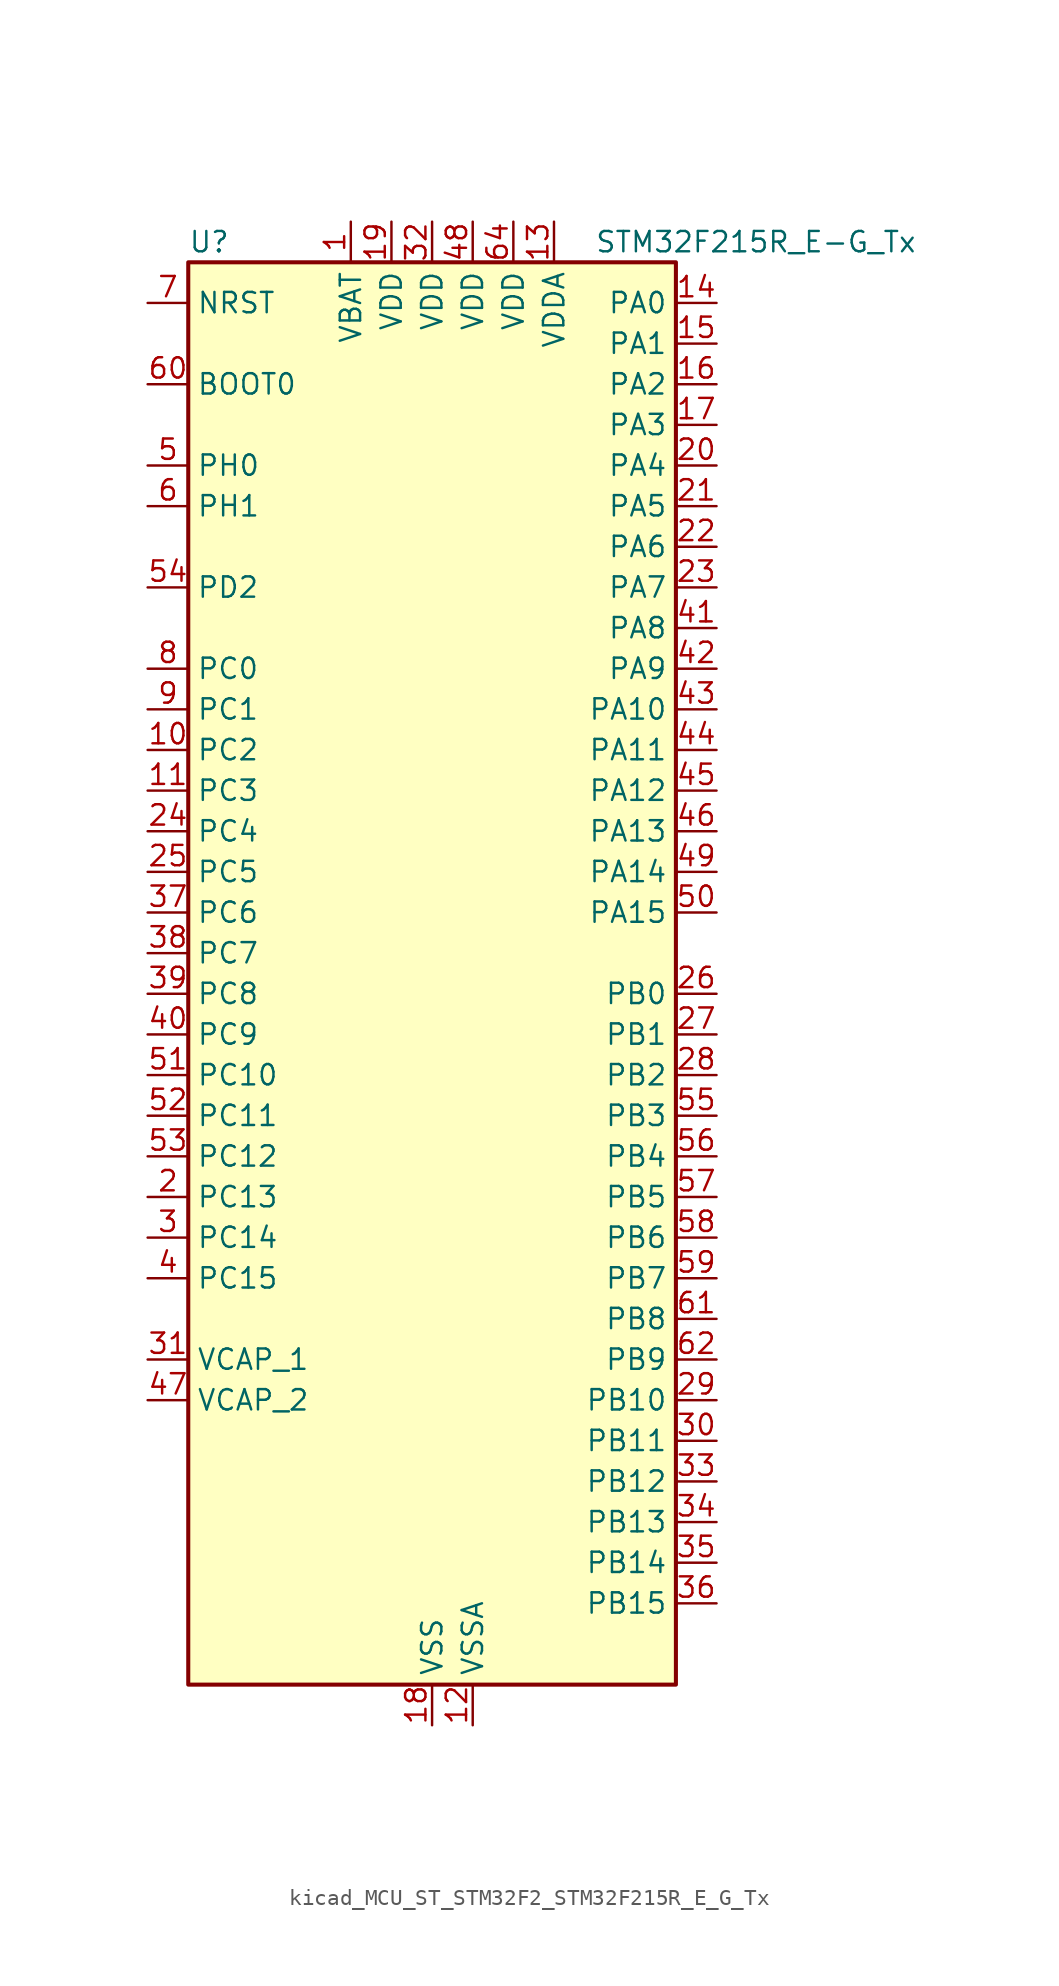
<source format=kicad_sym>
(kicad_symbol_lib
  (version 20220914)
  (generator kicad_symbol_editor)
  (symbol "kicad_MCU_ST_STM32F2_STM32F215R_E_G_Tx"
    (property "Reference" "U"
      (at -15.24 46.99 0)
      (effects (font (size 1.27 1.27)) (justify left)))
    (property "Value" "STM32F215R_E-G_Tx"
      (at 10.16 46.99 0)
      (effects (font (size 1.27 1.27)) (justify left)))
    (property "ki_locked" ""
      (at 0 0 0)
      (effects (font (size 1.27 1.27))))
    (symbol "kicad_MCU_ST_STM32F2_STM32F215R_E_G_Tx_0_1"
      (rectangle (start -15.24 -43.18) (end 15.24 45.72) (stroke (width 0.254) (type default)) (fill (type background))))
    (symbol "kicad_MCU_ST_STM32F2_STM32F215R_E_G_Tx_1_1"
      (pin power_in line (at -5.08 48.26 270) (length 2.54) (name "VBAT" (effects (font (size 1.27 1.27)))) (number "1" (effects (font (size 1.27 1.27)))))
      (pin bidirectional line (at -17.78 15.24 0) (length 2.54) (name "PC2" (effects (font (size 1.27 1.27)))) (number "10" (effects (font (size 1.27 1.27)))) (alternate "ADC1_IN12" bidirectional line) (alternate "ADC2_IN12" bidirectional line) (alternate "ADC3_IN12" bidirectional line) (alternate "SPI2_MISO" bidirectional line) (alternate "USB_OTG_HS_ULPI_DIR" bidirectional line))
      (pin bidirectional line (at -17.78 12.7 0) (length 2.54) (name "PC3" (effects (font (size 1.27 1.27)))) (number "11" (effects (font (size 1.27 1.27)))) (alternate "ADC1_IN13" bidirectional line) (alternate "ADC2_IN13" bidirectional line) (alternate "ADC3_IN13" bidirectional line) (alternate "I2S2_SD" bidirectional line) (alternate "SPI2_MOSI" bidirectional line) (alternate "USB_OTG_HS_ULPI_NXT" bidirectional line))
      (pin power_in line (at 2.54 -45.72 90) (length 2.54) (name "VSSA" (effects (font (size 1.27 1.27)))) (number "12" (effects (font (size 1.27 1.27)))))
      (pin power_in line (at 7.62 48.26 270) (length 2.54) (name "VDDA" (effects (font (size 1.27 1.27)))) (number "13" (effects (font (size 1.27 1.27)))))
      (pin bidirectional line (at 17.78 43.18 180) (length 2.54) (name "PA0" (effects (font (size 1.27 1.27)))) (number "14" (effects (font (size 1.27 1.27)))) (alternate "ADC1_IN0" bidirectional line) (alternate "ADC2_IN0" bidirectional line) (alternate "ADC3_IN0" bidirectional line) (alternate "SYS_WKUP" bidirectional line) (alternate "TIM2_CH1" bidirectional line) (alternate "TIM2_ETR" bidirectional line) (alternate "TIM5_CH1" bidirectional line) (alternate "TIM8_ETR" bidirectional line) (alternate "UART4_TX" bidirectional line) (alternate "USART2_CTS" bidirectional line))
      (pin bidirectional line (at 17.78 40.64 180) (length 2.54) (name "PA1" (effects (font (size 1.27 1.27)))) (number "15" (effects (font (size 1.27 1.27)))) (alternate "ADC1_IN1" bidirectional line) (alternate "ADC2_IN1" bidirectional line) (alternate "ADC3_IN1" bidirectional line) (alternate "TIM2_CH2" bidirectional line) (alternate "TIM5_CH2" bidirectional line) (alternate "UART4_RX" bidirectional line) (alternate "USART2_RTS" bidirectional line))
      (pin bidirectional line (at 17.78 38.1 180) (length 2.54) (name "PA2" (effects (font (size 1.27 1.27)))) (number "16" (effects (font (size 1.27 1.27)))) (alternate "ADC1_IN2" bidirectional line) (alternate "ADC2_IN2" bidirectional line) (alternate "ADC3_IN2" bidirectional line) (alternate "TIM2_CH3" bidirectional line) (alternate "TIM5_CH3" bidirectional line) (alternate "TIM9_CH1" bidirectional line) (alternate "USART2_TX" bidirectional line))
      (pin bidirectional line (at 17.78 35.56 180) (length 2.54) (name "PA3" (effects (font (size 1.27 1.27)))) (number "17" (effects (font (size 1.27 1.27)))) (alternate "ADC1_IN3" bidirectional line) (alternate "ADC2_IN3" bidirectional line) (alternate "ADC3_IN3" bidirectional line) (alternate "TIM2_CH4" bidirectional line) (alternate "TIM5_CH4" bidirectional line) (alternate "TIM9_CH2" bidirectional line) (alternate "USART2_RX" bidirectional line) (alternate "USB_OTG_HS_ULPI_D0" bidirectional line))
      (pin power_in line (at 0 -45.72 90) (length 2.54) (name "VSS" (effects (font (size 1.27 1.27)))) (number "18" (effects (font (size 1.27 1.27)))))
      (pin power_in line (at -2.54 48.26 270) (length 2.54) (name "VDD" (effects (font (size 1.27 1.27)))) (number "19" (effects (font (size 1.27 1.27)))))
      (pin bidirectional line (at -17.78 -12.7 0) (length 2.54) (name "PC13" (effects (font (size 1.27 1.27)))) (number "2" (effects (font (size 1.27 1.27)))) (alternate "RTC_AF1" bidirectional line))
      (pin bidirectional line (at 17.78 33.02 180) (length 2.54) (name "PA4" (effects (font (size 1.27 1.27)))) (number "20" (effects (font (size 1.27 1.27)))) (alternate "ADC1_IN4" bidirectional line) (alternate "ADC2_IN4" bidirectional line) (alternate "DAC_OUT1" bidirectional line) (alternate "I2S3_WS" bidirectional line) (alternate "SPI1_NSS" bidirectional line) (alternate "SPI3_NSS" bidirectional line) (alternate "USART2_CK" bidirectional line) (alternate "USB_OTG_HS_SOF" bidirectional line))
      (pin bidirectional line (at 17.78 30.48 180) (length 2.54) (name "PA5" (effects (font (size 1.27 1.27)))) (number "21" (effects (font (size 1.27 1.27)))) (alternate "ADC1_IN5" bidirectional line) (alternate "ADC2_IN5" bidirectional line) (alternate "DAC_OUT2" bidirectional line) (alternate "SPI1_SCK" bidirectional line) (alternate "TIM2_CH1" bidirectional line) (alternate "TIM2_ETR" bidirectional line) (alternate "TIM8_CH1N" bidirectional line) (alternate "USB_OTG_HS_ULPI_CK" bidirectional line))
      (pin bidirectional line (at 17.78 27.94 180) (length 2.54) (name "PA6" (effects (font (size 1.27 1.27)))) (number "22" (effects (font (size 1.27 1.27)))) (alternate "ADC1_IN6" bidirectional line) (alternate "ADC2_IN6" bidirectional line) (alternate "SPI1_MISO" bidirectional line) (alternate "TIM13_CH1" bidirectional line) (alternate "TIM1_BKIN" bidirectional line) (alternate "TIM3_CH1" bidirectional line) (alternate "TIM8_BKIN" bidirectional line))
      (pin bidirectional line (at 17.78 25.4 180) (length 2.54) (name "PA7" (effects (font (size 1.27 1.27)))) (number "23" (effects (font (size 1.27 1.27)))) (alternate "ADC1_IN7" bidirectional line) (alternate "ADC2_IN7" bidirectional line) (alternate "SPI1_MOSI" bidirectional line) (alternate "TIM14_CH1" bidirectional line) (alternate "TIM1_CH1N" bidirectional line) (alternate "TIM3_CH2" bidirectional line) (alternate "TIM8_CH1N" bidirectional line))
      (pin bidirectional line (at -17.78 10.16 0) (length 2.54) (name "PC4" (effects (font (size 1.27 1.27)))) (number "24" (effects (font (size 1.27 1.27)))) (alternate "ADC1_IN14" bidirectional line) (alternate "ADC2_IN14" bidirectional line))
      (pin bidirectional line (at -17.78 7.62 0) (length 2.54) (name "PC5" (effects (font (size 1.27 1.27)))) (number "25" (effects (font (size 1.27 1.27)))) (alternate "ADC1_IN15" bidirectional line) (alternate "ADC2_IN15" bidirectional line))
      (pin bidirectional line (at 17.78 0 180) (length 2.54) (name "PB0" (effects (font (size 1.27 1.27)))) (number "26" (effects (font (size 1.27 1.27)))) (alternate "ADC1_IN8" bidirectional line) (alternate "ADC2_IN8" bidirectional line) (alternate "TIM1_CH2N" bidirectional line) (alternate "TIM3_CH3" bidirectional line) (alternate "TIM8_CH2N" bidirectional line) (alternate "USB_OTG_HS_ULPI_D1" bidirectional line))
      (pin bidirectional line (at 17.78 -2.54 180) (length 2.54) (name "PB1" (effects (font (size 1.27 1.27)))) (number "27" (effects (font (size 1.27 1.27)))) (alternate "ADC1_IN9" bidirectional line) (alternate "ADC2_IN9" bidirectional line) (alternate "TIM1_CH3N" bidirectional line) (alternate "TIM3_CH4" bidirectional line) (alternate "TIM8_CH3N" bidirectional line) (alternate "USB_OTG_HS_ULPI_D2" bidirectional line))
      (pin bidirectional line (at 17.78 -5.08 180) (length 2.54) (name "PB2" (effects (font (size 1.27 1.27)))) (number "28" (effects (font (size 1.27 1.27)))))
      (pin bidirectional line (at 17.78 -25.4 180) (length 2.54) (name "PB10" (effects (font (size 1.27 1.27)))) (number "29" (effects (font (size 1.27 1.27)))) (alternate "I2C2_SCL" bidirectional line) (alternate "I2S2_SCK" bidirectional line) (alternate "SPI2_SCK" bidirectional line) (alternate "TIM2_CH3" bidirectional line) (alternate "USART3_TX" bidirectional line) (alternate "USB_OTG_HS_ULPI_D3" bidirectional line))
      (pin bidirectional line (at -17.78 -15.24 0) (length 2.54) (name "PC14" (effects (font (size 1.27 1.27)))) (number "3" (effects (font (size 1.27 1.27)))) (alternate "RCC_OSC32_IN" bidirectional line))
      (pin bidirectional line (at 17.78 -27.94 180) (length 2.54) (name "PB11" (effects (font (size 1.27 1.27)))) (number "30" (effects (font (size 1.27 1.27)))) (alternate "ADC1_EXTI11" bidirectional line) (alternate "ADC2_EXTI11" bidirectional line) (alternate "ADC3_EXTI11" bidirectional line) (alternate "I2C2_SDA" bidirectional line) (alternate "TIM2_CH4" bidirectional line) (alternate "USART3_RX" bidirectional line) (alternate "USB_OTG_HS_ULPI_D4" bidirectional line))
      (pin power_out line (at -17.78 -22.86 0) (length 2.54) (name "VCAP_1" (effects (font (size 1.27 1.27)))) (number "31" (effects (font (size 1.27 1.27)))))
      (pin power_in line (at 0 48.26 270) (length 2.54) (name "VDD" (effects (font (size 1.27 1.27)))) (number "32" (effects (font (size 1.27 1.27)))))
      (pin bidirectional line (at 17.78 -30.48 180) (length 2.54) (name "PB12" (effects (font (size 1.27 1.27)))) (number "33" (effects (font (size 1.27 1.27)))) (alternate "CAN2_RX" bidirectional line) (alternate "I2C2_SMBA" bidirectional line) (alternate "I2S2_WS" bidirectional line) (alternate "SPI2_NSS" bidirectional line) (alternate "TIM1_BKIN" bidirectional line) (alternate "USART3_CK" bidirectional line) (alternate "USB_OTG_HS_ID" bidirectional line) (alternate "USB_OTG_HS_ULPI_D5" bidirectional line))
      (pin bidirectional line (at 17.78 -33.02 180) (length 2.54) (name "PB13" (effects (font (size 1.27 1.27)))) (number "34" (effects (font (size 1.27 1.27)))) (alternate "CAN2_TX" bidirectional line) (alternate "I2S2_SCK" bidirectional line) (alternate "SPI2_SCK" bidirectional line) (alternate "TIM1_CH1N" bidirectional line) (alternate "USART3_CTS" bidirectional line) (alternate "USB_OTG_HS_ULPI_D6" bidirectional line) (alternate "USB_OTG_HS_VBUS" bidirectional line))
      (pin bidirectional line (at 17.78 -35.56 180) (length 2.54) (name "PB14" (effects (font (size 1.27 1.27)))) (number "35" (effects (font (size 1.27 1.27)))) (alternate "SPI2_MISO" bidirectional line) (alternate "TIM12_CH1" bidirectional line) (alternate "TIM1_CH2N" bidirectional line) (alternate "TIM8_CH2N" bidirectional line) (alternate "USART3_RTS" bidirectional line) (alternate "USB_OTG_HS_DM" bidirectional line))
      (pin bidirectional line (at 17.78 -38.1 180) (length 2.54) (name "PB15" (effects (font (size 1.27 1.27)))) (number "36" (effects (font (size 1.27 1.27)))) (alternate "ADC1_EXTI15" bidirectional line) (alternate "ADC2_EXTI15" bidirectional line) (alternate "ADC3_EXTI15" bidirectional line) (alternate "I2S2_SD" bidirectional line) (alternate "RTC_REFIN" bidirectional line) (alternate "SPI2_MOSI" bidirectional line) (alternate "TIM12_CH2" bidirectional line) (alternate "TIM1_CH3N" bidirectional line) (alternate "TIM8_CH3N" bidirectional line) (alternate "USB_OTG_HS_DP" bidirectional line))
      (pin bidirectional line (at -17.78 5.08 0) (length 2.54) (name "PC6" (effects (font (size 1.27 1.27)))) (number "37" (effects (font (size 1.27 1.27)))) (alternate "I2S2_MCK" bidirectional line) (alternate "SDIO_D6" bidirectional line) (alternate "TIM3_CH1" bidirectional line) (alternate "TIM8_CH1" bidirectional line) (alternate "USART6_TX" bidirectional line))
      (pin bidirectional line (at -17.78 2.54 0) (length 2.54) (name "PC7" (effects (font (size 1.27 1.27)))) (number "38" (effects (font (size 1.27 1.27)))) (alternate "I2S3_MCK" bidirectional line) (alternate "SDIO_D7" bidirectional line) (alternate "TIM3_CH2" bidirectional line) (alternate "TIM8_CH2" bidirectional line) (alternate "USART6_RX" bidirectional line))
      (pin bidirectional line (at -17.78 0 0) (length 2.54) (name "PC8" (effects (font (size 1.27 1.27)))) (number "39" (effects (font (size 1.27 1.27)))) (alternate "SDIO_D0" bidirectional line) (alternate "TIM3_CH3" bidirectional line) (alternate "TIM8_CH3" bidirectional line) (alternate "USART6_CK" bidirectional line))
      (pin bidirectional line (at -17.78 -17.78 0) (length 2.54) (name "PC15" (effects (font (size 1.27 1.27)))) (number "4" (effects (font (size 1.27 1.27)))) (alternate "ADC1_EXTI15" bidirectional line) (alternate "ADC2_EXTI15" bidirectional line) (alternate "ADC3_EXTI15" bidirectional line) (alternate "RCC_OSC32_OUT" bidirectional line))
      (pin bidirectional line (at -17.78 -2.54 0) (length 2.54) (name "PC9" (effects (font (size 1.27 1.27)))) (number "40" (effects (font (size 1.27 1.27)))) (alternate "DAC_EXTI9" bidirectional line) (alternate "I2C3_SDA" bidirectional line) (alternate "I2S_CKIN" bidirectional line) (alternate "RCC_MCO_2" bidirectional line) (alternate "SDIO_D1" bidirectional line) (alternate "TIM3_CH4" bidirectional line) (alternate "TIM8_CH4" bidirectional line))
      (pin bidirectional line (at 17.78 22.86 180) (length 2.54) (name "PA8" (effects (font (size 1.27 1.27)))) (number "41" (effects (font (size 1.27 1.27)))) (alternate "I2C3_SCL" bidirectional line) (alternate "RCC_MCO_1" bidirectional line) (alternate "TIM1_CH1" bidirectional line) (alternate "USART1_CK" bidirectional line) (alternate "USB_OTG_FS_SOF" bidirectional line))
      (pin bidirectional line (at 17.78 20.32 180) (length 2.54) (name "PA9" (effects (font (size 1.27 1.27)))) (number "42" (effects (font (size 1.27 1.27)))) (alternate "DAC_EXTI9" bidirectional line) (alternate "I2C3_SMBA" bidirectional line) (alternate "TIM1_CH2" bidirectional line) (alternate "USART1_TX" bidirectional line) (alternate "USB_OTG_FS_VBUS" bidirectional line))
      (pin bidirectional line (at 17.78 17.78 180) (length 2.54) (name "PA10" (effects (font (size 1.27 1.27)))) (number "43" (effects (font (size 1.27 1.27)))) (alternate "TIM1_CH3" bidirectional line) (alternate "USART1_RX" bidirectional line) (alternate "USB_OTG_FS_ID" bidirectional line))
      (pin bidirectional line (at 17.78 15.24 180) (length 2.54) (name "PA11" (effects (font (size 1.27 1.27)))) (number "44" (effects (font (size 1.27 1.27)))) (alternate "ADC1_EXTI11" bidirectional line) (alternate "ADC2_EXTI11" bidirectional line) (alternate "ADC3_EXTI11" bidirectional line) (alternate "CAN1_RX" bidirectional line) (alternate "TIM1_CH4" bidirectional line) (alternate "USART1_CTS" bidirectional line) (alternate "USB_OTG_FS_DM" bidirectional line))
      (pin bidirectional line (at 17.78 12.7 180) (length 2.54) (name "PA12" (effects (font (size 1.27 1.27)))) (number "45" (effects (font (size 1.27 1.27)))) (alternate "CAN1_TX" bidirectional line) (alternate "TIM1_ETR" bidirectional line) (alternate "USART1_RTS" bidirectional line) (alternate "USB_OTG_FS_DP" bidirectional line))
      (pin bidirectional line (at 17.78 10.16 180) (length 2.54) (name "PA13" (effects (font (size 1.27 1.27)))) (number "46" (effects (font (size 1.27 1.27)))) (alternate "SYS_JTMS-SWDIO" bidirectional line))
      (pin power_out line (at -17.78 -25.4 0) (length 2.54) (name "VCAP_2" (effects (font (size 1.27 1.27)))) (number "47" (effects (font (size 1.27 1.27)))))
      (pin power_in line (at 2.54 48.26 270) (length 2.54) (name "VDD" (effects (font (size 1.27 1.27)))) (number "48" (effects (font (size 1.27 1.27)))))
      (pin bidirectional line (at 17.78 7.62 180) (length 2.54) (name "PA14" (effects (font (size 1.27 1.27)))) (number "49" (effects (font (size 1.27 1.27)))) (alternate "SYS_JTCK-SWCLK" bidirectional line))
      (pin bidirectional line (at -17.78 33.02 0) (length 2.54) (name "PH0" (effects (font (size 1.27 1.27)))) (number "5" (effects (font (size 1.27 1.27)))) (alternate "RCC_OSC_IN" bidirectional line))
      (pin bidirectional line (at 17.78 5.08 180) (length 2.54) (name "PA15" (effects (font (size 1.27 1.27)))) (number "50" (effects (font (size 1.27 1.27)))) (alternate "ADC1_EXTI15" bidirectional line) (alternate "ADC2_EXTI15" bidirectional line) (alternate "ADC3_EXTI15" bidirectional line) (alternate "I2S3_WS" bidirectional line) (alternate "SPI1_NSS" bidirectional line) (alternate "SPI3_NSS" bidirectional line) (alternate "SYS_JTDI" bidirectional line) (alternate "TIM2_CH1" bidirectional line) (alternate "TIM2_ETR" bidirectional line))
      (pin bidirectional line (at -17.78 -5.08 0) (length 2.54) (name "PC10" (effects (font (size 1.27 1.27)))) (number "51" (effects (font (size 1.27 1.27)))) (alternate "I2S3_SCK" bidirectional line) (alternate "SDIO_D2" bidirectional line) (alternate "SPI3_SCK" bidirectional line) (alternate "UART4_TX" bidirectional line) (alternate "USART3_TX" bidirectional line))
      (pin bidirectional line (at -17.78 -7.62 0) (length 2.54) (name "PC11" (effects (font (size 1.27 1.27)))) (number "52" (effects (font (size 1.27 1.27)))) (alternate "ADC1_EXTI11" bidirectional line) (alternate "ADC2_EXTI11" bidirectional line) (alternate "ADC3_EXTI11" bidirectional line) (alternate "SDIO_D3" bidirectional line) (alternate "SPI3_MISO" bidirectional line) (alternate "UART4_RX" bidirectional line) (alternate "USART3_RX" bidirectional line))
      (pin bidirectional line (at -17.78 -10.16 0) (length 2.54) (name "PC12" (effects (font (size 1.27 1.27)))) (number "53" (effects (font (size 1.27 1.27)))) (alternate "I2S3_SD" bidirectional line) (alternate "SDIO_CK" bidirectional line) (alternate "SPI3_MOSI" bidirectional line) (alternate "UART5_TX" bidirectional line) (alternate "USART3_CK" bidirectional line))
      (pin bidirectional line (at -17.78 25.4 0) (length 2.54) (name "PD2" (effects (font (size 1.27 1.27)))) (number "54" (effects (font (size 1.27 1.27)))) (alternate "SDIO_CMD" bidirectional line) (alternate "TIM3_ETR" bidirectional line) (alternate "UART5_RX" bidirectional line))
      (pin bidirectional line (at 17.78 -7.62 180) (length 2.54) (name "PB3" (effects (font (size 1.27 1.27)))) (number "55" (effects (font (size 1.27 1.27)))) (alternate "I2S3_SCK" bidirectional line) (alternate "SPI1_SCK" bidirectional line) (alternate "SPI3_SCK" bidirectional line) (alternate "SYS_JTDO-SWO" bidirectional line) (alternate "TIM2_CH2" bidirectional line))
      (pin bidirectional line (at 17.78 -10.16 180) (length 2.54) (name "PB4" (effects (font (size 1.27 1.27)))) (number "56" (effects (font (size 1.27 1.27)))) (alternate "SPI1_MISO" bidirectional line) (alternate "SPI3_MISO" bidirectional line) (alternate "SYS_JTRST" bidirectional line) (alternate "TIM3_CH1" bidirectional line))
      (pin bidirectional line (at 17.78 -12.7 180) (length 2.54) (name "PB5" (effects (font (size 1.27 1.27)))) (number "57" (effects (font (size 1.27 1.27)))) (alternate "CAN2_RX" bidirectional line) (alternate "I2C1_SMBA" bidirectional line) (alternate "I2S3_SD" bidirectional line) (alternate "SPI1_MOSI" bidirectional line) (alternate "SPI3_MOSI" bidirectional line) (alternate "TIM3_CH2" bidirectional line) (alternate "USB_OTG_HS_ULPI_D7" bidirectional line))
      (pin bidirectional line (at 17.78 -15.24 180) (length 2.54) (name "PB6" (effects (font (size 1.27 1.27)))) (number "58" (effects (font (size 1.27 1.27)))) (alternate "CAN2_TX" bidirectional line) (alternate "I2C1_SCL" bidirectional line) (alternate "TIM4_CH1" bidirectional line) (alternate "USART1_TX" bidirectional line))
      (pin bidirectional line (at 17.78 -17.78 180) (length 2.54) (name "PB7" (effects (font (size 1.27 1.27)))) (number "59" (effects (font (size 1.27 1.27)))) (alternate "I2C1_SDA" bidirectional line) (alternate "TIM4_CH2" bidirectional line) (alternate "USART1_RX" bidirectional line))
      (pin bidirectional line (at -17.78 30.48 0) (length 2.54) (name "PH1" (effects (font (size 1.27 1.27)))) (number "6" (effects (font (size 1.27 1.27)))) (alternate "RCC_OSC_OUT" bidirectional line))
      (pin input line (at -17.78 38.1 0) (length 2.54) (name "BOOT0" (effects (font (size 1.27 1.27)))) (number "60" (effects (font (size 1.27 1.27)))))
      (pin bidirectional line (at 17.78 -20.32 180) (length 2.54) (name "PB8" (effects (font (size 1.27 1.27)))) (number "61" (effects (font (size 1.27 1.27)))) (alternate "CAN1_RX" bidirectional line) (alternate "I2C1_SCL" bidirectional line) (alternate "SDIO_D4" bidirectional line) (alternate "TIM10_CH1" bidirectional line) (alternate "TIM4_CH3" bidirectional line))
      (pin bidirectional line (at 17.78 -22.86 180) (length 2.54) (name "PB9" (effects (font (size 1.27 1.27)))) (number "62" (effects (font (size 1.27 1.27)))) (alternate "CAN1_TX" bidirectional line) (alternate "DAC_EXTI9" bidirectional line) (alternate "I2C1_SDA" bidirectional line) (alternate "I2S2_WS" bidirectional line) (alternate "SDIO_D5" bidirectional line) (alternate "SPI2_NSS" bidirectional line) (alternate "TIM11_CH1" bidirectional line) (alternate "TIM4_CH4" bidirectional line))
      (pin passive line (at 0 -45.72 90) (length 2.54) hide (name "VSS" (effects (font (size 1.27 1.27)))) (number "63" (effects (font (size 1.27 1.27)))))
      (pin power_in line (at 5.08 48.26 270) (length 2.54) (name "VDD" (effects (font (size 1.27 1.27)))) (number "64" (effects (font (size 1.27 1.27)))))
      (pin input line (at -17.78 43.18 0) (length 2.54) (name "NRST" (effects (font (size 1.27 1.27)))) (number "7" (effects (font (size 1.27 1.27)))))
      (pin bidirectional line (at -17.78 20.32 0) (length 2.54) (name "PC0" (effects (font (size 1.27 1.27)))) (number "8" (effects (font (size 1.27 1.27)))) (alternate "ADC1_IN10" bidirectional line) (alternate "ADC2_IN10" bidirectional line) (alternate "ADC3_IN10" bidirectional line) (alternate "USB_OTG_HS_ULPI_STP" bidirectional line))
      (pin bidirectional line (at -17.78 17.78 0) (length 2.54) (name "PC1" (effects (font (size 1.27 1.27)))) (number "9" (effects (font (size 1.27 1.27)))) (alternate "ADC1_IN11" bidirectional line) (alternate "ADC2_IN11" bidirectional line) (alternate "ADC3_IN11" bidirectional line)))))
</source>
